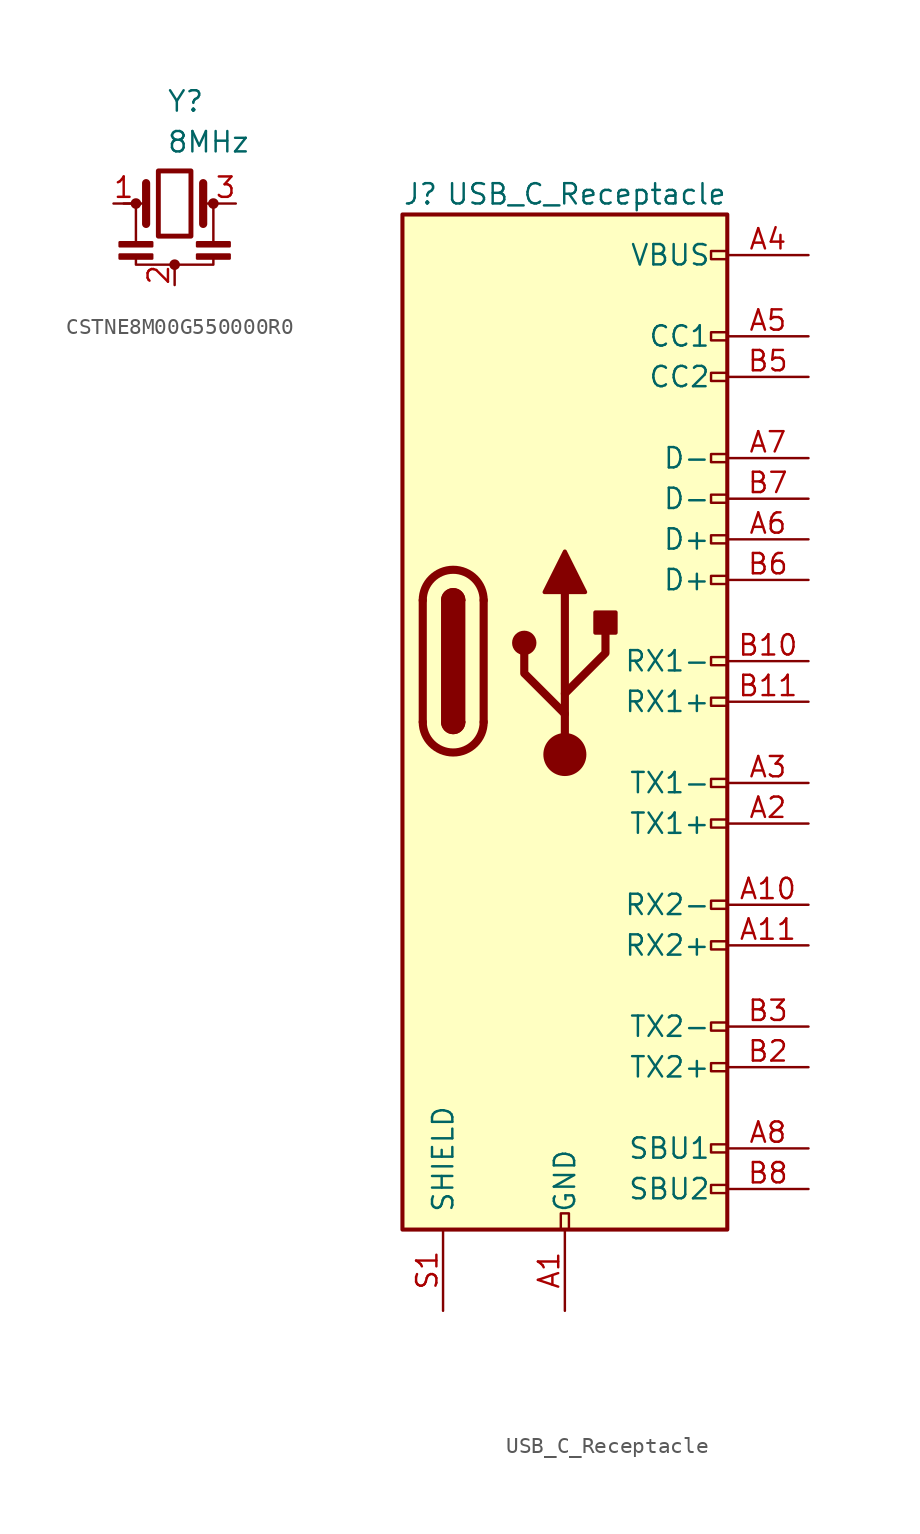
<source format=kicad_sym>
(kicad_symbol_lib
  (version 20231120)
  (generator "kicad_symbol_editor")
  (generator_version "8.0")
  (symbol "CSTNE8M00G550000R0"
    (property "Reference" "Y"
      (at 3.302 7.112 0)
      (effects (font (size 1.27 1.27)) (justify left top)))
    (property "Value" "8MHz"
      (at 3.302 4.572 0)
      (effects (font (size 1.27 1.27)) (justify left top)))
    (symbol "CSTNE8M00G550000R0_0_1"
      (polyline (pts (xy 1.397 -2.413) (xy 1.397 0)) (stroke (width 0) (type default)) (fill (type none)))
      (polyline (pts (xy 1.905 0) (xy 0.635 0)) (stroke (width 0) (type default)) (fill (type none)))
      (polyline (pts (xy 2.032 -1.27) (xy 2.032 1.27)) (stroke (width 0.508) (type default)) (fill (type none)))
      (polyline (pts (xy 5.588 -1.27) (xy 5.588 1.27)) (stroke (width 0.508) (type default)) (fill (type none)))
      (polyline (pts (xy 5.715 0) (xy 6.35 0)) (stroke (width 0) (type default)) (fill (type none)))
      (polyline (pts (xy 6.223 0) (xy 6.223 -2.54)) (stroke (width 0) (type default)) (fill (type none)))
      (polyline (pts (xy 6.223 -3.302) (xy 6.223 -3.81) (xy 1.397 -3.81) (xy 1.397 -3.302)) (stroke (width 0) (type default)) (fill (type none)))
      (rectangle (start 0.381 -3.175) (end 2.413 -3.429) (stroke (width 0) (type default)) (fill (type outline)))
      (rectangle (start 0.381 -2.413) (end 2.413 -2.667) (stroke (width 0) (type default)) (fill (type outline)))
      (circle (center 1.397 0) (radius 0.254) (stroke (width 0) (type default)) (fill (type outline)))
      (rectangle (start 2.794 2.032) (end 4.826 -2.032) (stroke (width 0.305) (type default)) (fill (type none)))
      (circle (center 3.81 -3.81) (radius 0.254) (stroke (width 0) (type default)) (fill (type outline)))
      (rectangle (start 5.207 -3.175) (end 7.239 -3.429) (stroke (width 0) (type default)) (fill (type outline)))
      (rectangle (start 5.207 -2.413) (end 7.239 -2.667) (stroke (width 0) (type default)) (fill (type outline)))
      (circle (center 6.223 0) (radius 0.254) (stroke (width 0) (type default)) (fill (type outline))))
    (symbol "CSTNE8M00G550000R0_1_1"
      (pin passive line (at 0 0 0) (length 1.27) (name "" (effects (font (size 1.27 1.27)))) (number "1" (effects (font (size 1.27 1.27)))))
      (pin passive line (at 3.81 -5.08 90) (length 1.27) (name "" (effects (font (size 1.27 1.27)))) (number "2" (effects (font (size 1.27 1.27)))))
      (pin passive line (at 7.62 0 180) (length 1.27) (name "" (effects (font (size 1.27 1.27)))) (number "3" (effects (font (size 1.27 1.27)))))))
  (symbol "USB_C_Receptacle"
    (pin_names
      (offset 1.016))
    (property "Reference" "J"
      (at -10.16 29.21 0)
      (effects (font (size 1.27 1.27)) (justify left)))
    (property "Value" "USB_C_Receptacle"
      (at 10.16 29.21 0)
      (effects (font (size 1.27 1.27)) (justify right)))
    (symbol "USB_C_Receptacle_0_0"
      (rectangle (start -0.254 -35.56) (end 0.254 -34.544) (stroke (width 0) (type default)) (fill (type none)))
      (rectangle (start 10.16 -32.766) (end 9.144 -33.274) (stroke (width 0) (type default)) (fill (type none)))
      (rectangle (start 10.16 -30.226) (end 9.144 -30.734) (stroke (width 0) (type default)) (fill (type none)))
      (rectangle (start 10.16 -25.146) (end 9.144 -25.654) (stroke (width 0) (type default)) (fill (type none)))
      (rectangle (start 10.16 -22.606) (end 9.144 -23.114) (stroke (width 0) (type default)) (fill (type none)))
      (rectangle (start 10.16 -17.526) (end 9.144 -18.034) (stroke (width 0) (type default)) (fill (type none)))
      (rectangle (start 10.16 -14.986) (end 9.144 -15.494) (stroke (width 0) (type default)) (fill (type none)))
      (rectangle (start 10.16 -9.906) (end 9.144 -10.414) (stroke (width 0) (type default)) (fill (type none)))
      (rectangle (start 10.16 -7.366) (end 9.144 -7.874) (stroke (width 0) (type default)) (fill (type none)))
      (rectangle (start 10.16 -2.286) (end 9.144 -2.794) (stroke (width 0) (type default)) (fill (type none)))
      (rectangle (start 10.16 0.254) (end 9.144 -0.254) (stroke (width 0) (type default)) (fill (type none)))
      (rectangle (start 10.16 5.334) (end 9.144 4.826) (stroke (width 0) (type default)) (fill (type none)))
      (rectangle (start 10.16 7.874) (end 9.144 7.366) (stroke (width 0) (type default)) (fill (type none)))
      (rectangle (start 10.16 10.414) (end 9.144 9.906) (stroke (width 0) (type default)) (fill (type none)))
      (rectangle (start 10.16 12.954) (end 9.144 12.446) (stroke (width 0) (type default)) (fill (type none)))
      (rectangle (start 10.16 18.034) (end 9.144 17.526) (stroke (width 0) (type default)) (fill (type none)))
      (rectangle (start 10.16 20.574) (end 9.144 20.066) (stroke (width 0) (type default)) (fill (type none)))
      (rectangle (start 10.16 25.654) (end 9.144 25.146) (stroke (width 0) (type default)) (fill (type none))))
    (symbol "USB_C_Receptacle_0_1"
      (rectangle (start -10.16 27.94) (end 10.16 -35.56) (stroke (width 0.254) (type default)) (fill (type background)))
      (arc (start -8.89 -3.81) (mid -6.985 -5.7067) (end -5.08 -3.81) (stroke (width 0.508) (type default)) (fill (type none)))
      (arc (start -7.62 -3.81) (mid -6.985 -4.4423) (end -6.35 -3.81) (stroke (width 0.254) (type default)) (fill (type none)))
      (arc (start -7.62 -3.81) (mid -6.985 -4.4423) (end -6.35 -3.81) (stroke (width 0.254) (type default)) (fill (type outline)))
      (rectangle (start -7.62 -3.81) (end -6.35 3.81) (stroke (width 0.254) (type default)) (fill (type outline)))
      (arc (start -6.35 3.81) (mid -6.985 4.4423) (end -7.62 3.81) (stroke (width 0.254) (type default)) (fill (type none)))
      (arc (start -6.35 3.81) (mid -6.985 4.4423) (end -7.62 3.81) (stroke (width 0.254) (type default)) (fill (type outline)))
      (arc (start -5.08 3.81) (mid -6.985 5.7067) (end -8.89 3.81) (stroke (width 0.508) (type default)) (fill (type none)))
      (polyline (pts (xy -8.89 -3.81) (xy -8.89 3.81)) (stroke (width 0.508) (type default)) (fill (type none)))
      (polyline (pts (xy -5.08 3.81) (xy -5.08 -3.81)) (stroke (width 0.508) (type default)) (fill (type none))))
    (symbol "USB_C_Receptacle_1_1"
      (circle (center -2.54 1.143) (radius 0.635) (stroke (width 0.254) (type default)) (fill (type outline)))
      (circle (center 0 -5.842) (radius 1.27) (stroke (width 0) (type default)) (fill (type outline)))
      (polyline (pts (xy 0 -5.842) (xy 0 4.318)) (stroke (width 0.508) (type default)) (fill (type none)))
      (polyline (pts (xy 0 -3.302) (xy -2.54 -0.762) (xy -2.54 0.508)) (stroke (width 0.508) (type default)) (fill (type none)))
      (polyline (pts (xy 0 -2.032) (xy 2.54 0.508) (xy 2.54 1.778)) (stroke (width 0.508) (type default)) (fill (type none)))
      (polyline (pts (xy -1.27 4.318) (xy 0 6.858) (xy 1.27 4.318) (xy -1.27 4.318)) (stroke (width 0.254) (type default)) (fill (type outline)))
      (rectangle (start 1.905 1.778) (end 3.175 3.048) (stroke (width 0.254) (type default)) (fill (type outline)))
      (pin passive line (at 0 -40.64 90) (length 5.08) (name "GND" (effects (font (size 1.27 1.27)))) (number "A1" (effects (font (size 1.27 1.27)))))
      (pin bidirectional line (at 15.24 -15.24 180) (length 5.08) (name "RX2-" (effects (font (size 1.27 1.27)))) (number "A10" (effects (font (size 1.27 1.27)))))
      (pin bidirectional line (at 15.24 -17.78 180) (length 5.08) (name "RX2+" (effects (font (size 1.27 1.27)))) (number "A11" (effects (font (size 1.27 1.27)))))
      (pin passive line (at 0 -40.64 90) (length 5.08) hide (name "GND" (effects (font (size 1.27 1.27)))) (number "A12" (effects (font (size 1.27 1.27)))))
      (pin bidirectional line (at 15.24 -10.16 180) (length 5.08) (name "TX1+" (effects (font (size 1.27 1.27)))) (number "A2" (effects (font (size 1.27 1.27)))))
      (pin bidirectional line (at 15.24 -7.62 180) (length 5.08) (name "TX1-" (effects (font (size 1.27 1.27)))) (number "A3" (effects (font (size 1.27 1.27)))))
      (pin power_out line (at 15.24 25.4 180) (length 5.08) (name "VBUS" (effects (font (size 1.27 1.27)))) (number "A4" (effects (font (size 1.27 1.27)))))
      (pin bidirectional line (at 15.24 20.32 180) (length 5.08) (name "CC1" (effects (font (size 1.27 1.27)))) (number "A5" (effects (font (size 1.27 1.27)))))
      (pin bidirectional line (at 15.24 7.62 180) (length 5.08) (name "D+" (effects (font (size 1.27 1.27)))) (number "A6" (effects (font (size 1.27 1.27)))))
      (pin bidirectional line (at 15.24 12.7 180) (length 5.08) (name "D-" (effects (font (size 1.27 1.27)))) (number "A7" (effects (font (size 1.27 1.27)))))
      (pin bidirectional line (at 15.24 -30.48 180) (length 5.08) (name "SBU1" (effects (font (size 1.27 1.27)))) (number "A8" (effects (font (size 1.27 1.27)))))
      (pin passive line (at 15.24 25.4 180) (length 5.08) hide (name "VBUS" (effects (font (size 1.27 1.27)))) (number "A9" (effects (font (size 1.27 1.27)))))
      (pin passive line (at 0 -40.64 90) (length 5.08) hide (name "GND" (effects (font (size 1.27 1.27)))) (number "B1" (effects (font (size 1.27 1.27)))))
      (pin bidirectional line (at 15.24 0 180) (length 5.08) (name "RX1-" (effects (font (size 1.27 1.27)))) (number "B10" (effects (font (size 1.27 1.27)))))
      (pin bidirectional line (at 15.24 -2.54 180) (length 5.08) (name "RX1+" (effects (font (size 1.27 1.27)))) (number "B11" (effects (font (size 1.27 1.27)))))
      (pin passive line (at 0 -40.64 90) (length 5.08) hide (name "GND" (effects (font (size 1.27 1.27)))) (number "B12" (effects (font (size 1.27 1.27)))))
      (pin bidirectional line (at 15.24 -25.4 180) (length 5.08) (name "TX2+" (effects (font (size 1.27 1.27)))) (number "B2" (effects (font (size 1.27 1.27)))))
      (pin bidirectional line (at 15.24 -22.86 180) (length 5.08) (name "TX2-" (effects (font (size 1.27 1.27)))) (number "B3" (effects (font (size 1.27 1.27)))))
      (pin passive line (at 15.24 25.4 180) (length 5.08) hide (name "VBUS" (effects (font (size 1.27 1.27)))) (number "B4" (effects (font (size 1.27 1.27)))))
      (pin bidirectional line (at 15.24 17.78 180) (length 5.08) (name "CC2" (effects (font (size 1.27 1.27)))) (number "B5" (effects (font (size 1.27 1.27)))))
      (pin bidirectional line (at 15.24 5.08 180) (length 5.08) (name "D+" (effects (font (size 1.27 1.27)))) (number "B6" (effects (font (size 1.27 1.27)))))
      (pin bidirectional line (at 15.24 10.16 180) (length 5.08) (name "D-" (effects (font (size 1.27 1.27)))) (number "B7" (effects (font (size 1.27 1.27)))))
      (pin bidirectional line (at 15.24 -33.02 180) (length 5.08) (name "SBU2" (effects (font (size 1.27 1.27)))) (number "B8" (effects (font (size 1.27 1.27)))))
      (pin passive line (at 15.24 25.4 180) (length 5.08) hide (name "VBUS" (effects (font (size 1.27 1.27)))) (number "B9" (effects (font (size 1.27 1.27)))))
      (pin passive line (at -7.62 -40.64 90) (length 5.08) (name "SHIELD" (effects (font (size 1.27 1.27)))) (number "S1" (effects (font (size 1.27 1.27))))))))
</source>
